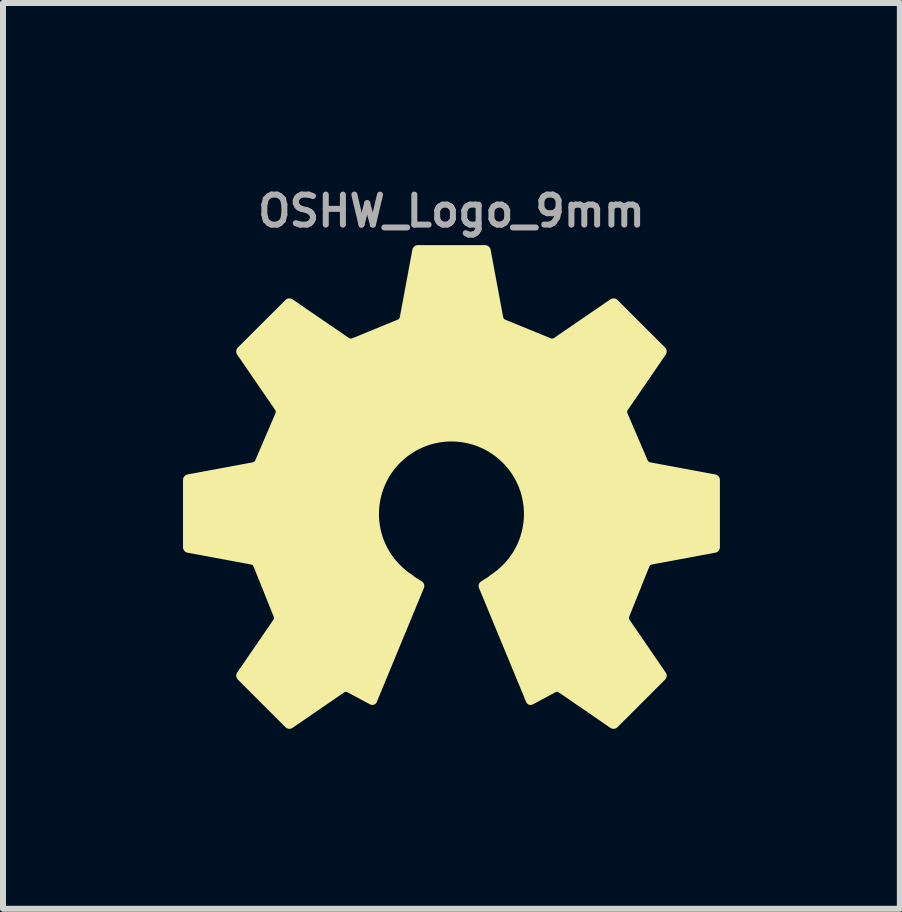
<source format=kicad_pcb>
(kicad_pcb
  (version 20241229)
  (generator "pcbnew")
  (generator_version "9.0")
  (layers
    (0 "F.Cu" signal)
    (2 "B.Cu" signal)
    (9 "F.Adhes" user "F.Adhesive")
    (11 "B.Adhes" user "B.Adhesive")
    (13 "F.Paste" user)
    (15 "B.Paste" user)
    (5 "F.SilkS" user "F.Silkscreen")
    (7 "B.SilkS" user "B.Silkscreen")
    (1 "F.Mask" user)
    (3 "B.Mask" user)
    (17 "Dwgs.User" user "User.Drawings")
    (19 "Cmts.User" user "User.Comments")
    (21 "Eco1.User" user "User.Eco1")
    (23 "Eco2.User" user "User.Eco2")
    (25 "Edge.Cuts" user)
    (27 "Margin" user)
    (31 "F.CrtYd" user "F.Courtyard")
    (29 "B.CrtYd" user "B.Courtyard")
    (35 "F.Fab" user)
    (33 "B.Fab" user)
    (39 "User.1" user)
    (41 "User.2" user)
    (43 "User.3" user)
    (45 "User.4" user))
  (footprint "OSHW_Logo_9mm"
    (layer "F.Cu")
    (at 4.476 5.468)
    (property "Reference" "OSHW_Logo_9mm" (at 0 -5 0) (layer "F.Fab") (effects (font (size 0.5 0.5) (thickness 0.1))))
    (attr board_only exclude_from_pos_files exclude_from_bom)
    (fp_poly (pts (xy 0.564 -4.398) (xy 0.567 -4.398) (xy 0.569 -4.398) (xy 0.572 -4.398) (xy 0.574 -4.397) (xy 0.576 -4.396) (xy 0.579 -4.396) (xy 0.581 -4.395) (xy 0.584 -4.394) (xy 0.586 -4.393) (xy 0.588 -4.392) (xy 0.59 -4.39) (xy 0.593 -4.389) (xy 0.595 -4.387) (xy 0.597 -4.386) (xy 0.599 -4.384) (xy 0.601 -4.383) (xy 0.603 -4.381) (xy 0.605 -4.379) (xy 0.606 -4.377) (xy 0.608 -4.375) (xy 0.609 -4.373) (xy 0.611 -4.371) (xy 0.612 -4.369) (xy 0.614 -4.367) (xy 0.615 -4.365) (xy 0.616 -4.362) (xy 0.617 -4.36) (xy 0.618 -4.358) (xy 0.619 -4.355) (xy 0.619 -4.353) (xy 0.62 -4.35) (xy 0.83 -3.222) (xy 0.83 -3.219) (xy 0.831 -3.217) (xy 0.832 -3.212) (xy 0.835 -3.207) (xy 0.837 -3.202) (xy 0.84 -3.197) (xy 0.843 -3.192) (xy 0.846 -3.188) (xy 0.85 -3.183) (xy 0.854 -3.179) (xy 0.858 -3.175) (xy 0.862 -3.171) (xy 0.867 -3.168) (xy 0.871 -3.165) (xy 0.876 -3.162) (xy 0.878 -3.161) (xy 0.881 -3.16) (xy 0.883 -3.159) (xy 0.885 -3.158) (xy 1.642 -2.848) (xy 1.646 -2.846) (xy 1.651 -2.845) (xy 1.657 -2.843) (xy 1.662 -2.842) (xy 1.668 -2.841) (xy 1.673 -2.841) (xy 1.679 -2.841) (xy 1.685 -2.841) (xy 1.691 -2.842) (xy 1.696 -2.843) (xy 1.702 -2.844) (xy 1.707 -2.845) (xy 1.712 -2.847) (xy 1.717 -2.849) (xy 1.722 -2.852) (xy 1.726 -2.855) (xy 2.669 -3.501) (xy 2.671 -3.503) (xy 2.673 -3.504) (xy 2.676 -3.505) (xy 2.678 -3.506) (xy 2.68 -3.507) (xy 2.683 -3.508) (xy 2.685 -3.509) (xy 2.688 -3.51) (xy 2.69 -3.51) (xy 2.693 -3.51) (xy 2.698 -3.511) (xy 2.703 -3.511) (xy 2.708 -3.511) (xy 2.713 -3.51) (xy 2.718 -3.509) (xy 2.723 -3.508) (xy 2.725 -3.507) (xy 2.728 -3.506) (xy 2.73 -3.505) (xy 2.732 -3.504) (xy 2.734 -3.502) (xy 2.737 -3.501) (xy 2.739 -3.499) (xy 2.741 -3.498) (xy 2.743 -3.496) (xy 2.744 -3.494) (xy 3.538 -2.701) (xy 3.54 -2.699) (xy 3.542 -2.697) (xy 3.543 -2.695) (xy 3.545 -2.693) (xy 3.546 -2.691) (xy 3.547 -2.688) (xy 3.55 -2.684) (xy 3.551 -2.679) (xy 3.553 -2.674) (xy 3.554 -2.669) (xy 3.555 -2.664) (xy 3.555 -2.659) (xy 3.555 -2.654) (xy 3.554 -2.649) (xy 3.553 -2.644) (xy 3.552 -2.639) (xy 3.551 -2.636) (xy 3.55 -2.634) (xy 3.549 -2.632) (xy 3.548 -2.63) (xy 3.547 -2.627) (xy 3.545 -2.625) (xy 2.91 -1.699) (xy 2.907 -1.694) (xy 2.904 -1.69) (xy 2.902 -1.685) (xy 2.901 -1.68) (xy 2.899 -1.674) (xy 2.898 -1.669) (xy 2.897 -1.663) (xy 2.896 -1.657) (xy 2.896 -1.652) (xy 2.896 -1.646) (xy 2.897 -1.64) (xy 2.898 -1.635) (xy 2.899 -1.629) (xy 2.9 -1.624) (xy 2.902 -1.619) (xy 2.904 -1.615) (xy 3.239 -0.834) (xy 3.241 -0.83) (xy 3.243 -0.825) (xy 3.246 -0.82) (xy 3.249 -0.816) (xy 3.252 -0.811) (xy 3.256 -0.807) (xy 3.26 -0.803) (xy 3.264 -0.799) (xy 3.269 -0.795) (xy 3.273 -0.792) (xy 3.278 -0.789) (xy 3.283 -0.786) (xy 3.288 -0.784) (xy 3.293 -0.782) (xy 3.298 -0.78) (xy 3.303 -0.779) (xy 4.394 -0.576) (xy 4.394 -0.576) (xy 4.397 -0.575) (xy 4.399 -0.575) (xy 4.401 -0.574) (xy 4.404 -0.573) (xy 4.406 -0.572) (xy 4.408 -0.571) (xy 4.411 -0.57) (xy 4.413 -0.569) (xy 4.417 -0.566) (xy 4.421 -0.562) (xy 4.425 -0.559) (xy 4.428 -0.555) (xy 4.431 -0.551) (xy 4.434 -0.547) (xy 4.437 -0.542) (xy 4.438 -0.54) (xy 4.439 -0.538) (xy 4.439 -0.535) (xy 4.44 -0.533) (xy 4.441 -0.53) (xy 4.441 -0.528) (xy 4.442 -0.525) (xy 4.442 -0.523) (xy 4.442 -0.52) (xy 4.442 -0.518) (xy 4.442 0.605) (xy 4.442 0.608) (xy 4.442 0.61) (xy 4.442 0.613) (xy 4.441 0.615) (xy 4.441 0.618) (xy 4.44 0.62) (xy 4.439 0.623) (xy 4.438 0.625) (xy 4.437 0.627) (xy 4.436 0.63) (xy 4.435 0.632) (xy 4.434 0.634) (xy 4.433 0.636) (xy 4.431 0.638) (xy 4.43 0.641) (xy 4.428 0.643) (xy 4.426 0.644) (xy 4.425 0.646) (xy 4.423 0.648) (xy 4.421 0.65) (xy 4.419 0.652) (xy 4.417 0.653) (xy 4.415 0.655) (xy 4.413 0.656) (xy 4.41 0.657) (xy 4.408 0.658) (xy 4.406 0.66) (xy 4.404 0.661) (xy 4.401 0.661) (xy 4.399 0.662) (xy 4.396 0.663) (xy 4.394 0.663) (xy 3.33 0.861) (xy 3.327 0.862) (xy 3.325 0.862) (xy 3.322 0.863) (xy 3.32 0.864) (xy 3.315 0.866) (xy 3.31 0.869) (xy 3.305 0.871) (xy 3.3 0.874) (xy 3.296 0.878) (xy 3.291 0.881) (xy 3.287 0.885) (xy 3.283 0.89) (xy 3.28 0.894) (xy 3.276 0.898) (xy 3.273 0.903) (xy 3.271 0.908) (xy 3.268 0.912) (xy 3.267 0.915) (xy 3.267 0.917) (xy 2.934 1.747) (xy 2.932 1.752) (xy 2.931 1.757) (xy 2.929 1.762) (xy 2.928 1.767) (xy 2.928 1.773) (xy 2.927 1.779) (xy 2.927 1.784) (xy 2.927 1.79) (xy 2.928 1.796) (xy 2.929 1.802) (xy 2.93 1.807) (xy 2.932 1.813) (xy 2.933 1.818) (xy 2.936 1.823) (xy 2.938 1.827) (xy 2.941 1.832) (xy 3.545 2.713) (xy 3.547 2.715) (xy 3.548 2.717) (xy 3.549 2.719) (xy 3.55 2.722) (xy 3.551 2.724) (xy 3.552 2.726) (xy 3.553 2.729) (xy 3.553 2.731) (xy 3.554 2.734) (xy 3.554 2.736) (xy 3.555 2.741) (xy 3.555 2.746) (xy 3.555 2.752) (xy 3.554 2.757) (xy 3.553 2.762) (xy 3.551 2.767) (xy 3.551 2.769) (xy 3.55 2.771) (xy 3.548 2.774) (xy 3.547 2.776) (xy 3.546 2.778) (xy 3.545 2.78) (xy 3.543 2.782) (xy 3.542 2.784) (xy 3.54 2.786) (xy 3.538 2.788) (xy 2.744 3.582) (xy 2.742 3.584) (xy 2.74 3.585) (xy 2.738 3.587) (xy 2.736 3.588) (xy 2.734 3.59) (xy 2.732 3.591) (xy 2.728 3.593) (xy 2.723 3.595) (xy 2.718 3.597) (xy 2.713 3.598) (xy 2.708 3.598) (xy 2.703 3.599) (xy 2.698 3.598) (xy 2.692 3.598) (xy 2.687 3.597) (xy 2.683 3.596) (xy 2.68 3.595) (xy 2.678 3.594) (xy 2.675 3.593) (xy 2.673 3.592) (xy 2.671 3.59) (xy 2.669 3.589) (xy 1.804 2.995) (xy 1.799 2.992) (xy 1.795 2.99) (xy 1.79 2.988) (xy 1.785 2.986) (xy 1.779 2.985) (xy 1.774 2.984) (xy 1.768 2.983) (xy 1.763 2.983) (xy 1.757 2.983) (xy 1.751 2.983) (xy 1.746 2.984) (xy 1.74 2.985) (xy 1.735 2.986) (xy 1.73 2.988) (xy 1.725 2.99) (xy 1.721 2.992) (xy 1.339 3.196) (xy 1.337 3.197) (xy 1.335 3.198) (xy 1.332 3.199) (xy 1.33 3.199) (xy 1.328 3.2) (xy 1.325 3.2) (xy 1.323 3.201) (xy 1.321 3.201) (xy 1.318 3.201) (xy 1.316 3.201) (xy 1.314 3.201) (xy 1.311 3.201) (xy 1.309 3.2) (xy 1.307 3.2) (xy 1.305 3.199) (xy 1.303 3.198) (xy 1.3 3.198) (xy 1.298 3.197) (xy 1.296 3.196) (xy 1.294 3.194) (xy 1.293 3.193) (xy 1.291 3.192) (xy 1.289 3.19) (xy 1.287 3.189) (xy 1.286 3.187) (xy 1.284 3.185) (xy 1.282 3.183) (xy 1.281 3.182) (xy 1.28 3.179) (xy 1.279 3.177) (xy 1.277 3.175) (xy 1.276 3.173) (xy 0.49 1.272) (xy 0.489 1.269) (xy 0.488 1.267) (xy 0.487 1.265) (xy 0.487 1.262) (xy 0.486 1.26) (xy 0.486 1.257) (xy 0.486 1.255) (xy 0.486 1.252) (xy 0.486 1.25) (xy 0.486 1.247) (xy 0.486 1.245) (xy 0.486 1.242) (xy 0.487 1.24) (xy 0.487 1.237) (xy 0.488 1.235) (xy 0.489 1.232) (xy 0.49 1.23) (xy 0.491 1.227) (xy 0.492 1.225) (xy 0.493 1.223) (xy 0.494 1.221) (xy 0.495 1.218) (xy 0.497 1.216) (xy 0.498 1.214) (xy 0.5 1.212) (xy 0.501 1.21) (xy 0.503 1.209) (xy 0.505 1.207) (xy 0.507 1.205) (xy 0.509 1.204) (xy 0.511 1.202) (xy 0.513 1.201) (xy 0.608 1.142) (xy 0.615 1.138) (xy 0.623 1.133) (xy 0.63 1.127) (xy 0.638 1.121) (xy 0.646 1.115) (xy 0.654 1.109) (xy 0.661 1.102) (xy 0.669 1.096) (xy 0.732 1.053) (xy 0.792 1.006) (xy 0.849 0.955) (xy 0.903 0.901) (xy 0.954 0.844) (xy 1.001 0.784) (xy 1.045 0.721) (xy 1.084 0.655) (xy 1.12 0.587) (xy 1.151 0.516) (xy 1.178 0.443) (xy 1.2 0.368) (xy 1.218 0.291) (xy 1.231 0.212) (xy 1.239 0.132) (xy 1.242 0.05) (xy 1.24 -0.014) (xy 1.235 -0.077) (xy 1.227 -0.139) (xy 1.216 -0.2) (xy 1.202 -0.26) (xy 1.186 -0.319) (xy 1.166 -0.377) (xy 1.144 -0.433) (xy 1.119 -0.488) (xy 1.092 -0.542) (xy 1.062 -0.594) (xy 1.03 -0.644) (xy 0.995 -0.693) (xy 0.958 -0.74) (xy 0.919 -0.785) (xy 0.878 -0.828) (xy 0.835 -0.869) (xy 0.79 -0.908) (xy 0.743 -0.945) (xy 0.694 -0.979) (xy 0.644 -1.012) (xy 0.592 -1.042) (xy 0.538 -1.069) (xy 0.483 -1.094) (xy 0.427 -1.116) (xy 0.369 -1.136) (xy 0.31 -1.152) (xy 0.25 -1.166) (xy 0.189 -1.177) (xy 0.127 -1.185) (xy 0.064 -1.19) (xy 0.000001 -1.192) (xy -0.064 -1.19) (xy -0.127 -1.185) (xy -0.189 -1.177) (xy -0.25 -1.166) (xy -0.31 -1.152) (xy -0.369 -1.136) (xy -0.427 -1.116) (xy -0.483 -1.094) (xy -0.538 -1.069) (xy -0.592 -1.042) (xy -0.644 -1.012) (xy -0.694 -0.979) (xy -0.743 -0.945) (xy -0.79 -0.908) (xy -0.835 -0.869) (xy -0.878 -0.828) (xy -0.919 -0.785) (xy -0.958 -0.74) (xy -0.995 -0.693) (xy -1.03 -0.644) (xy -1.062 -0.594) (xy -1.092 -0.542) (xy -1.119 -0.488) (xy -1.144 -0.433) (xy -1.166 -0.377) (xy -1.186 -0.319) (xy -1.203 -0.26) (xy -1.216 -0.2) (xy -1.227 -0.139) (xy -1.235 -0.077) (xy -1.24 -0.014) (xy -1.242 0.05) (xy -1.241 0.091) (xy -1.239 0.132) (xy -1.236 0.172) (xy -1.231 0.212) (xy -1.225 0.252) (xy -1.218 0.291) (xy -1.21 0.33) (xy -1.201 0.368) (xy -1.19 0.406) (xy -1.178 0.443) (xy -1.165 0.48) (xy -1.151 0.516) (xy -1.136 0.552) (xy -1.12 0.587) (xy -1.084 0.655) (xy -1.045 0.721) (xy -1.001 0.784) (xy -0.954 0.844) (xy -0.903 0.901) (xy -0.849 0.955) (xy -0.792 1.006) (xy -0.732 1.053) (xy -0.669 1.096) (xy -0.661 1.102) (xy -0.654 1.109) (xy -0.646 1.115) (xy -0.638 1.121) (xy -0.63 1.127) (xy -0.622 1.133) (xy -0.615 1.138) (xy -0.608 1.142) (xy -0.513 1.201) (xy -0.511 1.202) (xy -0.509 1.204) (xy -0.507 1.205) (xy -0.505 1.207) (xy -0.503 1.209) (xy -0.501 1.21) (xy -0.498 1.214) (xy -0.495 1.218) (xy -0.493 1.223) (xy -0.49 1.227) (xy -0.489 1.232) (xy -0.487 1.237) (xy -0.486 1.242) (xy -0.486 1.247) (xy -0.486 1.252) (xy -0.486 1.257) (xy -0.486 1.26) (xy -0.487 1.262) (xy -0.487 1.265) (xy -0.488 1.267) (xy -0.489 1.269) (xy -0.49 1.272) (xy -1.276 3.173) (xy -1.277 3.175) (xy -1.279 3.177) (xy -1.28 3.179) (xy -1.281 3.181) (xy -1.282 3.183) (xy -1.284 3.185) (xy -1.286 3.187) (xy -1.287 3.189) (xy -1.289 3.19) (xy -1.291 3.192) (xy -1.293 3.193) (xy -1.294 3.194) (xy -1.296 3.195) (xy -1.298 3.197) (xy -1.3 3.197) (xy -1.303 3.198) (xy -1.305 3.199) (xy -1.307 3.2) (xy -1.309 3.2) (xy -1.311 3.201) (xy -1.314 3.201) (xy -1.316 3.201) (xy -1.318 3.201) (xy -1.321 3.201) (xy -1.323 3.201) (xy -1.325 3.2) (xy -1.328 3.2) (xy -1.33 3.199) (xy -1.332 3.199) (xy -1.335 3.198) (xy -1.337 3.197) (xy -1.339 3.196) (xy -1.721 2.992) (xy -1.725 2.99) (xy -1.73 2.988) (xy -1.735 2.986) (xy -1.74 2.985) (xy -1.746 2.984) (xy -1.751 2.983) (xy -1.757 2.983) (xy -1.763 2.983) (xy -1.768 2.983) (xy -1.774 2.984) (xy -1.779 2.985) (xy -1.785 2.986) (xy -1.79 2.988) (xy -1.795 2.99) (xy -1.799 2.992) (xy -1.804 2.995) (xy -2.669 3.589) (xy -2.671 3.59) (xy -2.673 3.591) (xy -2.675 3.593) (xy -2.678 3.594) (xy -2.68 3.595) (xy -2.682 3.595) (xy -2.685 3.596) (xy -2.687 3.597) (xy -2.69 3.597) (xy -2.692 3.598) (xy -2.697 3.598) (xy -2.703 3.598) (xy -2.708 3.598) (xy -2.713 3.598) (xy -2.718 3.596) (xy -2.723 3.595) (xy -2.725 3.594) (xy -2.728 3.593) (xy -2.73 3.592) (xy -2.732 3.591) (xy -2.734 3.59) (xy -2.736 3.588) (xy -2.738 3.587) (xy -2.74 3.585) (xy -2.742 3.584) (xy -2.744 3.582) (xy -3.538 2.788) (xy -3.54 2.786) (xy -3.542 2.784) (xy -3.543 2.782) (xy -3.545 2.78) (xy -3.546 2.778) (xy -3.547 2.776) (xy -3.55 2.771) (xy -3.551 2.767) (xy -3.553 2.762) (xy -3.554 2.757) (xy -3.555 2.751) (xy -3.555 2.746) (xy -3.555 2.741) (xy -3.554 2.736) (xy -3.553 2.731) (xy -3.552 2.726) (xy -3.551 2.724) (xy -3.55 2.721) (xy -3.549 2.719) (xy -3.548 2.717) (xy -3.547 2.715) (xy -3.545 2.713) (xy -2.941 1.832) (xy -2.938 1.827) (xy -2.936 1.823) (xy -2.933 1.818) (xy -2.932 1.813) (xy -2.93 1.807) (xy -2.929 1.802) (xy -2.928 1.796) (xy -2.927 1.79) (xy -2.927 1.784) (xy -2.927 1.779) (xy -2.928 1.773) (xy -2.928 1.767) (xy -2.929 1.762) (xy -2.931 1.757) (xy -2.932 1.752) (xy -2.934 1.747) (xy -3.267 0.917) (xy -3.267 0.915) (xy -3.268 0.912) (xy -3.271 0.908) (xy -3.273 0.903) (xy -3.276 0.898) (xy -3.28 0.894) (xy -3.283 0.889) (xy -3.287 0.885) (xy -3.291 0.881) (xy -3.296 0.878) (xy -3.3 0.874) (xy -3.305 0.871) (xy -3.31 0.868) (xy -3.315 0.866) (xy -3.32 0.864) (xy -3.325 0.862) (xy -3.327 0.862) (xy -3.33 0.861) (xy -4.394 0.663) (xy -4.396 0.663) (xy -4.399 0.662) (xy -4.401 0.661) (xy -4.404 0.66) (xy -4.406 0.66) (xy -4.408 0.658) (xy -4.41 0.657) (xy -4.413 0.656) (xy -4.415 0.655) (xy -4.417 0.653) (xy -4.421 0.65) (xy -4.425 0.646) (xy -4.428 0.642) (xy -4.431 0.638) (xy -4.434 0.634) (xy -4.436 0.63) (xy -4.438 0.625) (xy -4.439 0.622) (xy -4.44 0.62) (xy -4.441 0.618) (xy -4.441 0.615) (xy -4.442 0.613) (xy -4.442 0.61) (xy -4.442 0.608) (xy -4.442 0.605) (xy -4.442 -0.518) (xy -4.442 -0.52) (xy -4.442 -0.523) (xy -4.442 -0.525) (xy -4.441 -0.528) (xy -4.441 -0.53) (xy -4.44 -0.533) (xy -4.439 -0.535) (xy -4.439 -0.538) (xy -4.438 -0.54) (xy -4.437 -0.542) (xy -4.435 -0.544) (xy -4.434 -0.547) (xy -4.433 -0.549) (xy -4.431 -0.551) (xy -4.43 -0.553) (xy -4.428 -0.555) (xy -4.426 -0.557) (xy -4.425 -0.559) (xy -4.423 -0.561) (xy -4.421 -0.562) (xy -4.419 -0.564) (xy -4.417 -0.566) (xy -4.415 -0.567) (xy -4.413 -0.569) (xy -4.411 -0.57) (xy -4.408 -0.571) (xy -4.406 -0.572) (xy -4.404 -0.573) (xy -4.401 -0.574) (xy -4.399 -0.575) (xy -4.396 -0.575) (xy -4.394 -0.576) (xy -3.303 -0.779) (xy -3.301 -0.779) (xy -3.298 -0.78) (xy -3.293 -0.782) (xy -3.288 -0.784) (xy -3.283 -0.786) (xy -3.278 -0.789) (xy -3.273 -0.792) (xy -3.269 -0.795) (xy -3.264 -0.799) (xy -3.26 -0.803) (xy -3.256 -0.807) (xy -3.252 -0.811) (xy -3.249 -0.816) (xy -3.246 -0.82) (xy -3.243 -0.825) (xy -3.24 -0.83) (xy -3.239 -0.832) (xy -3.239 -0.834) (xy -2.904 -1.615) (xy -2.902 -1.619) (xy -2.9 -1.624) (xy -2.899 -1.629) (xy -2.898 -1.635) (xy -2.897 -1.64) (xy -2.896 -1.646) (xy -2.896 -1.652) (xy -2.896 -1.657) (xy -2.897 -1.663) (xy -2.898 -1.669) (xy -2.899 -1.674) (xy -2.9 -1.68) (xy -2.902 -1.685) (xy -2.904 -1.69) (xy -2.907 -1.694) (xy -2.909 -1.699) (xy -3.545 -2.625) (xy -3.546 -2.627) (xy -3.548 -2.63) (xy -3.549 -2.632) (xy -3.55 -2.634) (xy -3.551 -2.636) (xy -3.552 -2.639) (xy -3.552 -2.641) (xy -3.553 -2.644) (xy -3.554 -2.646) (xy -3.554 -2.649) (xy -3.555 -2.654) (xy -3.555 -2.659) (xy -3.554 -2.664) (xy -3.554 -2.669) (xy -3.553 -2.674) (xy -3.551 -2.679) (xy -3.55 -2.682) (xy -3.549 -2.684) (xy -3.548 -2.686) (xy -3.547 -2.688) (xy -3.546 -2.691) (xy -3.544 -2.693) (xy -3.543 -2.695) (xy -3.541 -2.697) (xy -3.54 -2.699) (xy -3.538 -2.701) (xy -2.744 -3.494) (xy -2.742 -3.496) (xy -2.74 -3.498) (xy -2.738 -3.499) (xy -2.736 -3.501) (xy -2.734 -3.502) (xy -2.732 -3.504) (xy -2.727 -3.506) (xy -2.723 -3.508) (xy -2.718 -3.509) (xy -2.713 -3.51) (xy -2.708 -3.511) (xy -2.703 -3.511) (xy -2.697 -3.511) (xy -2.692 -3.51) (xy -2.687 -3.51) (xy -2.682 -3.508) (xy -2.68 -3.507) (xy -2.678 -3.506) (xy -2.675 -3.505) (xy -2.673 -3.504) (xy -2.671 -3.503) (xy -2.669 -3.501) (xy -1.726 -2.855) (xy -1.722 -2.852) (xy -1.717 -2.849) (xy -1.712 -2.847) (xy -1.707 -2.845) (xy -1.702 -2.844) (xy -1.696 -2.843) (xy -1.69 -2.842) (xy -1.685 -2.841) (xy -1.679 -2.841) (xy -1.673 -2.841) (xy -1.667 -2.841) (xy -1.662 -2.842) (xy -1.656 -2.843) (xy -1.651 -2.845) (xy -1.646 -2.846) (xy -1.641 -2.848) (xy -0.885 -3.158) (xy -0.88 -3.16) (xy -0.876 -3.162) (xy -0.871 -3.165) (xy -0.866 -3.168) (xy -0.862 -3.171) (xy -0.858 -3.175) (xy -0.853 -3.179) (xy -0.85 -3.183) (xy -0.846 -3.188) (xy -0.842 -3.192) (xy -0.839 -3.197) (xy -0.837 -3.202) (xy -0.834 -3.207) (xy -0.832 -3.212) (xy -0.831 -3.217) (xy -0.829 -3.222) (xy -0.619 -4.35) (xy -0.619 -4.353) (xy -0.618 -4.355) (xy -0.618 -4.358) (xy -0.617 -4.36) (xy -0.616 -4.362) (xy -0.615 -4.365) (xy -0.613 -4.367) (xy -0.612 -4.369) (xy -0.611 -4.371) (xy -0.609 -4.373) (xy -0.606 -4.377) (xy -0.603 -4.381) (xy -0.599 -4.384) (xy -0.595 -4.387) (xy -0.59 -4.39) (xy -0.586 -4.393) (xy -0.583 -4.394) (xy -0.581 -4.395) (xy -0.579 -4.396) (xy -0.576 -4.396) (xy -0.574 -4.397) (xy -0.571 -4.398) (xy -0.569 -4.398) (xy -0.566 -4.398) (xy -0.564 -4.398) (xy -0.561 -4.399) (xy 0.561 -4.399)) (stroke (width 0.066) (type solid)) (fill yes) (layer "F.SilkS")))
  (gr_rect
    (start -3 -3)
    (end 11.951 12.1)
    (stroke (width 0.1) (type default))
    (fill no)
    (layer "Edge.Cuts")))
</source>
